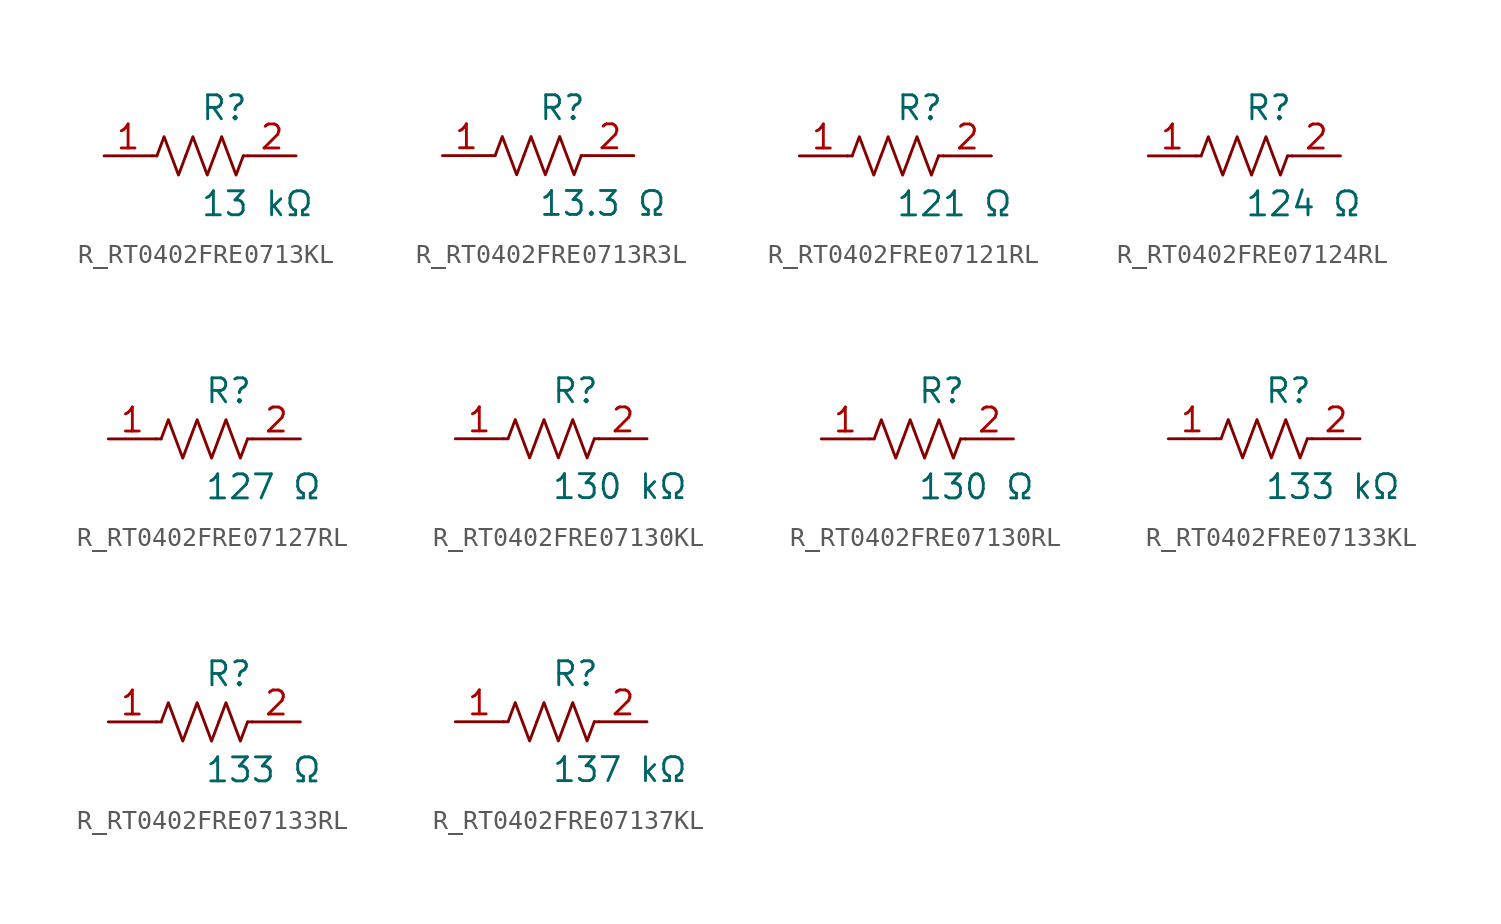
<source format=kicad_sym>
(kicad_symbol_lib
  (version 20231120)
  (generator kicad_symbol_editor)
  (generator_version 8.0)
  (symbol "R_RT0402FRE0713KL"
    (pin_names
      (offset 0.254))
    (property "Reference" "R"
      (at 0.0 2.54 0)
      (effects (font (size 1.27 1.27)) (justify left)))
    (property "Value" "13 kΩ"
      (at 0.0 -2.54 0)
      (effects (font (size 1.27 1.27)) (justify left)))
    (symbol "R_RT0402FRE0713KL_0_1"
      (polyline (pts (xy 2.286 0) (xy 2.54 0)) (stroke (width 0) (type default)) (fill (type none)))
      (polyline (pts (xy -2.286 0) (xy -2.54 0)) (stroke (width 0) (type default)) (fill (type none)))
      (polyline (pts (xy 0.762 0) (xy 1.143 1.016) (xy 1.524 0) (xy 1.905 -1.016) (xy 2.286 0)) (stroke (width 0) (type default)) (fill (type none)))
      (polyline (pts (xy -0.762 0) (xy -0.381 1.016) (xy 0 0) (xy 0.381 -1.016) (xy 0.762 0)) (stroke (width 0) (type default)) (fill (type none)))
      (polyline (pts (xy -2.286 0) (xy -1.905 1.016) (xy -1.524 0) (xy -1.143 -1.016) (xy -0.762 0)) (stroke (width 0) (type default)) (fill (type none))))
    (pin unspecified line
      (at -5.08 0 0)
      (length 2.54)
      (name "" (effects (font (size 1.27 1.27))))
      (number "1" (effects (font (size 1.27 1.27)))))
    (pin unspecified line
      (at 5.08 0 180)
      (length 2.54)
      (name "" (effects (font (size 1.27 1.27))))
      (number "2" (effects (font (size 1.27 1.27))))))
  (symbol "R_RT0402FRE0713R3L"
    (pin_names
      (offset 0.254))
    (property "Reference" "R"
      (at 0.0 2.54 0)
      (effects (font (size 1.27 1.27)) (justify left)))
    (property "Value" "13.3 Ω"
      (at 0.0 -2.54 0)
      (effects (font (size 1.27 1.27)) (justify left)))
    (symbol "R_RT0402FRE0713R3L_0_1"
      (polyline (pts (xy 2.286 0) (xy 2.54 0)) (stroke (width 0) (type default)) (fill (type none)))
      (polyline (pts (xy -2.286 0) (xy -2.54 0)) (stroke (width 0) (type default)) (fill (type none)))
      (polyline (pts (xy 0.762 0) (xy 1.143 1.016) (xy 1.524 0) (xy 1.905 -1.016) (xy 2.286 0)) (stroke (width 0) (type default)) (fill (type none)))
      (polyline (pts (xy -0.762 0) (xy -0.381 1.016) (xy 0 0) (xy 0.381 -1.016) (xy 0.762 0)) (stroke (width 0) (type default)) (fill (type none)))
      (polyline (pts (xy -2.286 0) (xy -1.905 1.016) (xy -1.524 0) (xy -1.143 -1.016) (xy -0.762 0)) (stroke (width 0) (type default)) (fill (type none))))
    (pin unspecified line
      (at -5.08 0 0)
      (length 2.54)
      (name "" (effects (font (size 1.27 1.27))))
      (number "1" (effects (font (size 1.27 1.27)))))
    (pin unspecified line
      (at 5.08 0 180)
      (length 2.54)
      (name "" (effects (font (size 1.27 1.27))))
      (number "2" (effects (font (size 1.27 1.27))))))
  (symbol "R_RT0402FRE07121RL"
    (pin_names
      (offset 0.254))
    (property "Reference" "R"
      (at 0.0 2.54 0)
      (effects (font (size 1.27 1.27)) (justify left)))
    (property "Value" "121 Ω"
      (at 0.0 -2.54 0)
      (effects (font (size 1.27 1.27)) (justify left)))
    (symbol "R_RT0402FRE07121RL_0_1"
      (polyline (pts (xy 2.286 0) (xy 2.54 0)) (stroke (width 0) (type default)) (fill (type none)))
      (polyline (pts (xy -2.286 0) (xy -2.54 0)) (stroke (width 0) (type default)) (fill (type none)))
      (polyline (pts (xy 0.762 0) (xy 1.143 1.016) (xy 1.524 0) (xy 1.905 -1.016) (xy 2.286 0)) (stroke (width 0) (type default)) (fill (type none)))
      (polyline (pts (xy -0.762 0) (xy -0.381 1.016) (xy 0 0) (xy 0.381 -1.016) (xy 0.762 0)) (stroke (width 0) (type default)) (fill (type none)))
      (polyline (pts (xy -2.286 0) (xy -1.905 1.016) (xy -1.524 0) (xy -1.143 -1.016) (xy -0.762 0)) (stroke (width 0) (type default)) (fill (type none))))
    (pin unspecified line
      (at -5.08 0 0)
      (length 2.54)
      (name "" (effects (font (size 1.27 1.27))))
      (number "1" (effects (font (size 1.27 1.27)))))
    (pin unspecified line
      (at 5.08 0 180)
      (length 2.54)
      (name "" (effects (font (size 1.27 1.27))))
      (number "2" (effects (font (size 1.27 1.27))))))
  (symbol "R_RT0402FRE07124RL"
    (pin_names
      (offset 0.254))
    (property "Reference" "R"
      (at 0.0 2.54 0)
      (effects (font (size 1.27 1.27)) (justify left)))
    (property "Value" "124 Ω"
      (at 0.0 -2.54 0)
      (effects (font (size 1.27 1.27)) (justify left)))
    (symbol "R_RT0402FRE07124RL_0_1"
      (polyline (pts (xy 2.286 0) (xy 2.54 0)) (stroke (width 0) (type default)) (fill (type none)))
      (polyline (pts (xy -2.286 0) (xy -2.54 0)) (stroke (width 0) (type default)) (fill (type none)))
      (polyline (pts (xy 0.762 0) (xy 1.143 1.016) (xy 1.524 0) (xy 1.905 -1.016) (xy 2.286 0)) (stroke (width 0) (type default)) (fill (type none)))
      (polyline (pts (xy -0.762 0) (xy -0.381 1.016) (xy 0 0) (xy 0.381 -1.016) (xy 0.762 0)) (stroke (width 0) (type default)) (fill (type none)))
      (polyline (pts (xy -2.286 0) (xy -1.905 1.016) (xy -1.524 0) (xy -1.143 -1.016) (xy -0.762 0)) (stroke (width 0) (type default)) (fill (type none))))
    (pin unspecified line
      (at -5.08 0 0)
      (length 2.54)
      (name "" (effects (font (size 1.27 1.27))))
      (number "1" (effects (font (size 1.27 1.27)))))
    (pin unspecified line
      (at 5.08 0 180)
      (length 2.54)
      (name "" (effects (font (size 1.27 1.27))))
      (number "2" (effects (font (size 1.27 1.27))))))
  (symbol "R_RT0402FRE07127RL"
    (pin_names
      (offset 0.254))
    (property "Reference" "R"
      (at 0.0 2.54 0)
      (effects (font (size 1.27 1.27)) (justify left)))
    (property "Value" "127 Ω"
      (at 0.0 -2.54 0)
      (effects (font (size 1.27 1.27)) (justify left)))
    (symbol "R_RT0402FRE07127RL_0_1"
      (polyline (pts (xy 2.286 0) (xy 2.54 0)) (stroke (width 0) (type default)) (fill (type none)))
      (polyline (pts (xy -2.286 0) (xy -2.54 0)) (stroke (width 0) (type default)) (fill (type none)))
      (polyline (pts (xy 0.762 0) (xy 1.143 1.016) (xy 1.524 0) (xy 1.905 -1.016) (xy 2.286 0)) (stroke (width 0) (type default)) (fill (type none)))
      (polyline (pts (xy -0.762 0) (xy -0.381 1.016) (xy 0 0) (xy 0.381 -1.016) (xy 0.762 0)) (stroke (width 0) (type default)) (fill (type none)))
      (polyline (pts (xy -2.286 0) (xy -1.905 1.016) (xy -1.524 0) (xy -1.143 -1.016) (xy -0.762 0)) (stroke (width 0) (type default)) (fill (type none))))
    (pin unspecified line
      (at -5.08 0 0)
      (length 2.54)
      (name "" (effects (font (size 1.27 1.27))))
      (number "1" (effects (font (size 1.27 1.27)))))
    (pin unspecified line
      (at 5.08 0 180)
      (length 2.54)
      (name "" (effects (font (size 1.27 1.27))))
      (number "2" (effects (font (size 1.27 1.27))))))
  (symbol "R_RT0402FRE07130KL"
    (pin_names
      (offset 0.254))
    (property "Reference" "R"
      (at 0.0 2.54 0)
      (effects (font (size 1.27 1.27)) (justify left)))
    (property "Value" "130 kΩ"
      (at 0.0 -2.54 0)
      (effects (font (size 1.27 1.27)) (justify left)))
    (symbol "R_RT0402FRE07130KL_0_1"
      (polyline (pts (xy 2.286 0) (xy 2.54 0)) (stroke (width 0) (type default)) (fill (type none)))
      (polyline (pts (xy -2.286 0) (xy -2.54 0)) (stroke (width 0) (type default)) (fill (type none)))
      (polyline (pts (xy 0.762 0) (xy 1.143 1.016) (xy 1.524 0) (xy 1.905 -1.016) (xy 2.286 0)) (stroke (width 0) (type default)) (fill (type none)))
      (polyline (pts (xy -0.762 0) (xy -0.381 1.016) (xy 0 0) (xy 0.381 -1.016) (xy 0.762 0)) (stroke (width 0) (type default)) (fill (type none)))
      (polyline (pts (xy -2.286 0) (xy -1.905 1.016) (xy -1.524 0) (xy -1.143 -1.016) (xy -0.762 0)) (stroke (width 0) (type default)) (fill (type none))))
    (pin unspecified line
      (at -5.08 0 0)
      (length 2.54)
      (name "" (effects (font (size 1.27 1.27))))
      (number "1" (effects (font (size 1.27 1.27)))))
    (pin unspecified line
      (at 5.08 0 180)
      (length 2.54)
      (name "" (effects (font (size 1.27 1.27))))
      (number "2" (effects (font (size 1.27 1.27))))))
  (symbol "R_RT0402FRE07130RL"
    (pin_names
      (offset 0.254))
    (property "Reference" "R"
      (at 0.0 2.54 0)
      (effects (font (size 1.27 1.27)) (justify left)))
    (property "Value" "130 Ω"
      (at 0.0 -2.54 0)
      (effects (font (size 1.27 1.27)) (justify left)))
    (symbol "R_RT0402FRE07130RL_0_1"
      (polyline (pts (xy 2.286 0) (xy 2.54 0)) (stroke (width 0) (type default)) (fill (type none)))
      (polyline (pts (xy -2.286 0) (xy -2.54 0)) (stroke (width 0) (type default)) (fill (type none)))
      (polyline (pts (xy 0.762 0) (xy 1.143 1.016) (xy 1.524 0) (xy 1.905 -1.016) (xy 2.286 0)) (stroke (width 0) (type default)) (fill (type none)))
      (polyline (pts (xy -0.762 0) (xy -0.381 1.016) (xy 0 0) (xy 0.381 -1.016) (xy 0.762 0)) (stroke (width 0) (type default)) (fill (type none)))
      (polyline (pts (xy -2.286 0) (xy -1.905 1.016) (xy -1.524 0) (xy -1.143 -1.016) (xy -0.762 0)) (stroke (width 0) (type default)) (fill (type none))))
    (pin unspecified line
      (at -5.08 0 0)
      (length 2.54)
      (name "" (effects (font (size 1.27 1.27))))
      (number "1" (effects (font (size 1.27 1.27)))))
    (pin unspecified line
      (at 5.08 0 180)
      (length 2.54)
      (name "" (effects (font (size 1.27 1.27))))
      (number "2" (effects (font (size 1.27 1.27))))))
  (symbol "R_RT0402FRE07133KL"
    (pin_names
      (offset 0.254))
    (property "Reference" "R"
      (at 0.0 2.54 0)
      (effects (font (size 1.27 1.27)) (justify left)))
    (property "Value" "133 kΩ"
      (at 0.0 -2.54 0)
      (effects (font (size 1.27 1.27)) (justify left)))
    (symbol "R_RT0402FRE07133KL_0_1"
      (polyline (pts (xy 2.286 0) (xy 2.54 0)) (stroke (width 0) (type default)) (fill (type none)))
      (polyline (pts (xy -2.286 0) (xy -2.54 0)) (stroke (width 0) (type default)) (fill (type none)))
      (polyline (pts (xy 0.762 0) (xy 1.143 1.016) (xy 1.524 0) (xy 1.905 -1.016) (xy 2.286 0)) (stroke (width 0) (type default)) (fill (type none)))
      (polyline (pts (xy -0.762 0) (xy -0.381 1.016) (xy 0 0) (xy 0.381 -1.016) (xy 0.762 0)) (stroke (width 0) (type default)) (fill (type none)))
      (polyline (pts (xy -2.286 0) (xy -1.905 1.016) (xy -1.524 0) (xy -1.143 -1.016) (xy -0.762 0)) (stroke (width 0) (type default)) (fill (type none))))
    (pin unspecified line
      (at -5.08 0 0)
      (length 2.54)
      (name "" (effects (font (size 1.27 1.27))))
      (number "1" (effects (font (size 1.27 1.27)))))
    (pin unspecified line
      (at 5.08 0 180)
      (length 2.54)
      (name "" (effects (font (size 1.27 1.27))))
      (number "2" (effects (font (size 1.27 1.27))))))
  (symbol "R_RT0402FRE07133RL"
    (pin_names
      (offset 0.254))
    (property "Reference" "R"
      (at 0.0 2.54 0)
      (effects (font (size 1.27 1.27)) (justify left)))
    (property "Value" "133 Ω"
      (at 0.0 -2.54 0)
      (effects (font (size 1.27 1.27)) (justify left)))
    (symbol "R_RT0402FRE07133RL_0_1"
      (polyline (pts (xy 2.286 0) (xy 2.54 0)) (stroke (width 0) (type default)) (fill (type none)))
      (polyline (pts (xy -2.286 0) (xy -2.54 0)) (stroke (width 0) (type default)) (fill (type none)))
      (polyline (pts (xy 0.762 0) (xy 1.143 1.016) (xy 1.524 0) (xy 1.905 -1.016) (xy 2.286 0)) (stroke (width 0) (type default)) (fill (type none)))
      (polyline (pts (xy -0.762 0) (xy -0.381 1.016) (xy 0 0) (xy 0.381 -1.016) (xy 0.762 0)) (stroke (width 0) (type default)) (fill (type none)))
      (polyline (pts (xy -2.286 0) (xy -1.905 1.016) (xy -1.524 0) (xy -1.143 -1.016) (xy -0.762 0)) (stroke (width 0) (type default)) (fill (type none))))
    (pin unspecified line
      (at -5.08 0 0)
      (length 2.54)
      (name "" (effects (font (size 1.27 1.27))))
      (number "1" (effects (font (size 1.27 1.27)))))
    (pin unspecified line
      (at 5.08 0 180)
      (length 2.54)
      (name "" (effects (font (size 1.27 1.27))))
      (number "2" (effects (font (size 1.27 1.27))))))
  (symbol "R_RT0402FRE07137KL"
    (pin_names
      (offset 0.254))
    (property "Reference" "R"
      (at 0.0 2.54 0)
      (effects (font (size 1.27 1.27)) (justify left)))
    (property "Value" "137 kΩ"
      (at 0.0 -2.54 0)
      (effects (font (size 1.27 1.27)) (justify left)))
    (symbol "R_RT0402FRE07137KL_0_1"
      (polyline (pts (xy 2.286 0) (xy 2.54 0)) (stroke (width 0) (type default)) (fill (type none)))
      (polyline (pts (xy -2.286 0) (xy -2.54 0)) (stroke (width 0) (type default)) (fill (type none)))
      (polyline (pts (xy 0.762 0) (xy 1.143 1.016) (xy 1.524 0) (xy 1.905 -1.016) (xy 2.286 0)) (stroke (width 0) (type default)) (fill (type none)))
      (polyline (pts (xy -0.762 0) (xy -0.381 1.016) (xy 0 0) (xy 0.381 -1.016) (xy 0.762 0)) (stroke (width 0) (type default)) (fill (type none)))
      (polyline (pts (xy -2.286 0) (xy -1.905 1.016) (xy -1.524 0) (xy -1.143 -1.016) (xy -0.762 0)) (stroke (width 0) (type default)) (fill (type none))))
    (pin unspecified line
      (at -5.08 0 0)
      (length 2.54)
      (name "" (effects (font (size 1.27 1.27))))
      (number "1" (effects (font (size 1.27 1.27)))))
    (pin unspecified line
      (at 5.08 0 180)
      (length 2.54)
      (name "" (effects (font (size 1.27 1.27))))
      (number "2" (effects (font (size 1.27 1.27)))))))
</source>
